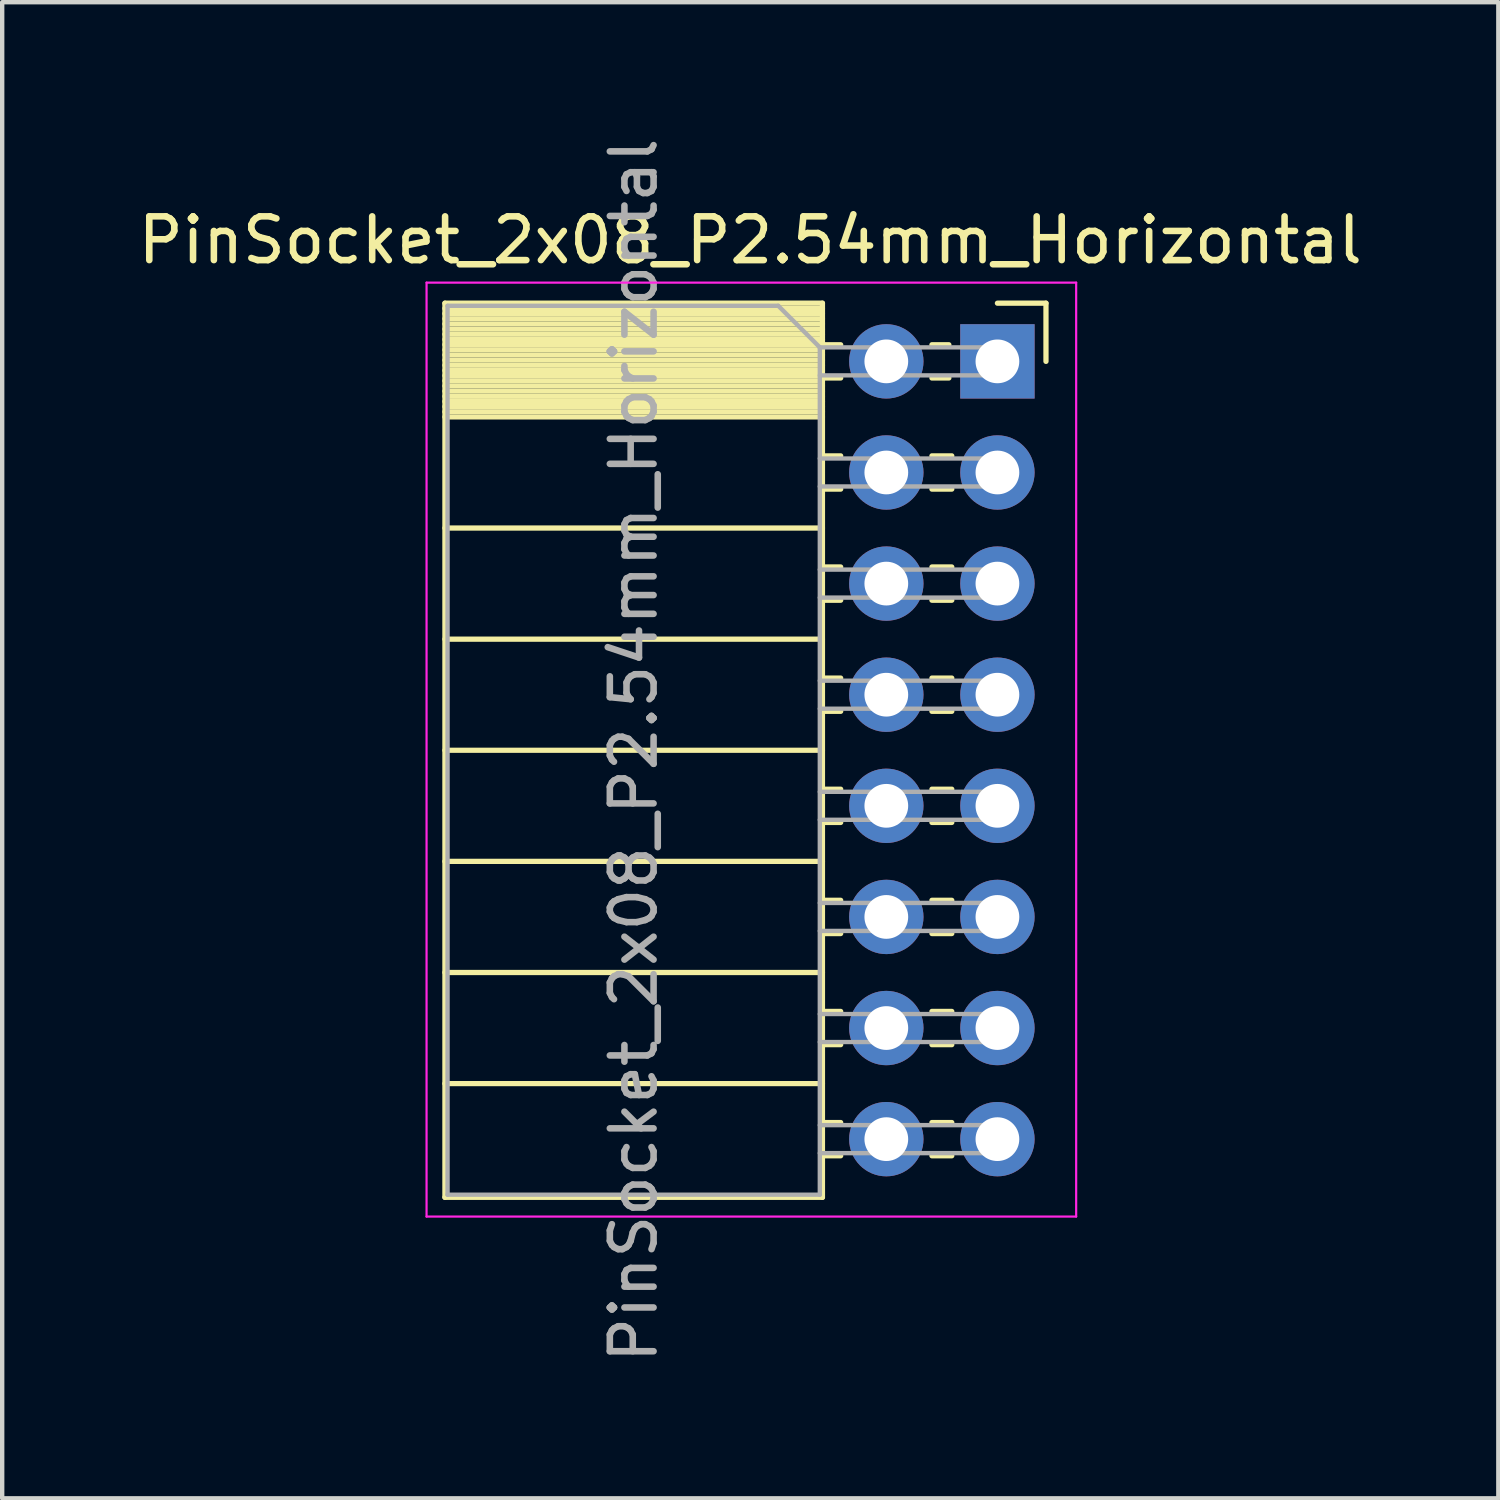
<source format=kicad_pcb>
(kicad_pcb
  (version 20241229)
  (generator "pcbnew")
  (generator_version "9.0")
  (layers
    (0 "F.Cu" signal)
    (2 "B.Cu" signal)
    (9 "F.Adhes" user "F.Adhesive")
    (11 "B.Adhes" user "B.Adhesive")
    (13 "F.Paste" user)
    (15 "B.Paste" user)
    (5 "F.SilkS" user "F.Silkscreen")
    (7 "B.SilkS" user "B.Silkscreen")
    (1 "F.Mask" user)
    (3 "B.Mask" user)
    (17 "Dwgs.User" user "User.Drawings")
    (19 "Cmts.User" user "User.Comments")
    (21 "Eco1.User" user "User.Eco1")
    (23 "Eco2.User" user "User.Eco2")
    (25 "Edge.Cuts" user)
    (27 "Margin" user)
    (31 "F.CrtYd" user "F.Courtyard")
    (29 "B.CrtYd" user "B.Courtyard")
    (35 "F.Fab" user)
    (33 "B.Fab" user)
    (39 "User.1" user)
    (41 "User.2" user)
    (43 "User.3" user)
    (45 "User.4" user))
  (footprint "PinSocket_2x08_P2.54mm_Horizontal"
    (layer "F.Cu")
    (at 19.751 5.211)
    (property "Reference" "PinSocket_2x08_P2.54mm_Horizontal" (at -5.65 -2.77 0) (layer "F.SilkS") (effects (font (size 1 1) (thickness 0.15))))
    (attr through_hole)
    (fp_line (start -12.63 -1.33) (end -12.63 19.11) (stroke (width 0.12) (type solid)) (layer "F.SilkS"))
    (fp_line (start -12.63 -1.33) (end -4 -1.33) (stroke (width 0.12) (type solid)) (layer "F.SilkS"))
    (fp_line (start -12.63 -1.21) (end -4 -1.21) (stroke (width 0.12) (type solid)) (layer "F.SilkS"))
    (fp_line (start -12.63 -1.092) (end -4 -1.092) (stroke (width 0.12) (type solid)) (layer "F.SilkS"))
    (fp_line (start -12.63 -0.974) (end -4 -0.974) (stroke (width 0.12) (type solid)) (layer "F.SilkS"))
    (fp_line (start -12.63 -0.856) (end -4 -0.856) (stroke (width 0.12) (type solid)) (layer "F.SilkS"))
    (fp_line (start -12.63 -0.738) (end -4 -0.738) (stroke (width 0.12) (type solid)) (layer "F.SilkS"))
    (fp_line (start -12.63 -0.62) (end -4 -0.62) (stroke (width 0.12) (type solid)) (layer "F.SilkS"))
    (fp_line (start -12.63 -0.501) (end -4 -0.501) (stroke (width 0.12) (type solid)) (layer "F.SilkS"))
    (fp_line (start -12.63 -0.383) (end -4 -0.383) (stroke (width 0.12) (type solid)) (layer "F.SilkS"))
    (fp_line (start -12.63 -0.265) (end -4 -0.265) (stroke (width 0.12) (type solid)) (layer "F.SilkS"))
    (fp_line (start -12.63 -0.147) (end -4 -0.147) (stroke (width 0.12) (type solid)) (layer "F.SilkS"))
    (fp_line (start -12.63 -0.029) (end -4 -0.029) (stroke (width 0.12) (type solid)) (layer "F.SilkS"))
    (fp_line (start -12.63 0.089) (end -4 0.089) (stroke (width 0.12) (type solid)) (layer "F.SilkS"))
    (fp_line (start -12.63 0.207) (end -4 0.207) (stroke (width 0.12) (type solid)) (layer "F.SilkS"))
    (fp_line (start -12.63 0.325) (end -4 0.325) (stroke (width 0.12) (type solid)) (layer "F.SilkS"))
    (fp_line (start -12.63 0.443) (end -4 0.443) (stroke (width 0.12) (type solid)) (layer "F.SilkS"))
    (fp_line (start -12.63 0.561) (end -4 0.561) (stroke (width 0.12) (type solid)) (layer "F.SilkS"))
    (fp_line (start -12.63 0.68) (end -4 0.68) (stroke (width 0.12) (type solid)) (layer "F.SilkS"))
    (fp_line (start -12.63 0.798) (end -4 0.798) (stroke (width 0.12) (type solid)) (layer "F.SilkS"))
    (fp_line (start -12.63 0.916) (end -4 0.916) (stroke (width 0.12) (type solid)) (layer "F.SilkS"))
    (fp_line (start -12.63 1.034) (end -4 1.034) (stroke (width 0.12) (type solid)) (layer "F.SilkS"))
    (fp_line (start -12.63 1.152) (end -4 1.152) (stroke (width 0.12) (type solid)) (layer "F.SilkS"))
    (fp_line (start -12.63 1.27) (end -4 1.27) (stroke (width 0.12) (type solid)) (layer "F.SilkS"))
    (fp_line (start -12.63 3.81) (end -4 3.81) (stroke (width 0.12) (type solid)) (layer "F.SilkS"))
    (fp_line (start -12.63 6.35) (end -4 6.35) (stroke (width 0.12) (type solid)) (layer "F.SilkS"))
    (fp_line (start -12.63 8.89) (end -4 8.89) (stroke (width 0.12) (type solid)) (layer "F.SilkS"))
    (fp_line (start -12.63 11.43) (end -4 11.43) (stroke (width 0.12) (type solid)) (layer "F.SilkS"))
    (fp_line (start -12.63 13.97) (end -4 13.97) (stroke (width 0.12) (type solid)) (layer "F.SilkS"))
    (fp_line (start -12.63 16.51) (end -4 16.51) (stroke (width 0.12) (type solid)) (layer "F.SilkS"))
    (fp_line (start -12.63 19.11) (end -4 19.11) (stroke (width 0.12) (type solid)) (layer "F.SilkS"))
    (fp_line (start -4 -1.33) (end -4 19.11) (stroke (width 0.12) (type solid)) (layer "F.SilkS"))
    (fp_line (start -4 -0.38) (end -3.583 -0.38) (stroke (width 0.12) (type solid)) (layer "F.SilkS"))
    (fp_line (start -4 0.38) (end -3.583 0.38) (stroke (width 0.12) (type solid)) (layer "F.SilkS"))
    (fp_line (start -4 2.16) (end -3.583 2.16) (stroke (width 0.12) (type solid)) (layer "F.SilkS"))
    (fp_line (start -4 2.92) (end -3.583 2.92) (stroke (width 0.12) (type solid)) (layer "F.SilkS"))
    (fp_line (start -4 4.7) (end -3.583 4.7) (stroke (width 0.12) (type solid)) (layer "F.SilkS"))
    (fp_line (start -4 5.46) (end -3.583 5.46) (stroke (width 0.12) (type solid)) (layer "F.SilkS"))
    (fp_line (start -4 7.24) (end -3.583 7.24) (stroke (width 0.12) (type solid)) (layer "F.SilkS"))
    (fp_line (start -4 8) (end -3.583 8) (stroke (width 0.12) (type solid)) (layer "F.SilkS"))
    (fp_line (start -4 9.78) (end -3.583 9.78) (stroke (width 0.12) (type solid)) (layer "F.SilkS"))
    (fp_line (start -4 10.54) (end -3.583 10.54) (stroke (width 0.12) (type solid)) (layer "F.SilkS"))
    (fp_line (start -4 12.32) (end -3.583 12.32) (stroke (width 0.12) (type solid)) (layer "F.SilkS"))
    (fp_line (start -4 13.08) (end -3.583 13.08) (stroke (width 0.12) (type solid)) (layer "F.SilkS"))
    (fp_line (start -4 14.86) (end -3.583 14.86) (stroke (width 0.12) (type solid)) (layer "F.SilkS"))
    (fp_line (start -4 15.62) (end -3.583 15.62) (stroke (width 0.12) (type solid)) (layer "F.SilkS"))
    (fp_line (start -4 17.4) (end -3.583 17.4) (stroke (width 0.12) (type solid)) (layer "F.SilkS"))
    (fp_line (start -4 18.16) (end -3.583 18.16) (stroke (width 0.12) (type solid)) (layer "F.SilkS"))
    (fp_line (start -1.497 -0.38) (end -1.11 -0.38) (stroke (width 0.12) (type solid)) (layer "F.SilkS"))
    (fp_line (start -1.497 0.38) (end -1.11 0.38) (stroke (width 0.12) (type solid)) (layer "F.SilkS"))
    (fp_line (start -1.497 2.16) (end -1.043 2.16) (stroke (width 0.12) (type solid)) (layer "F.SilkS"))
    (fp_line (start -1.497 2.92) (end -1.043 2.92) (stroke (width 0.12) (type solid)) (layer "F.SilkS"))
    (fp_line (start -1.497 4.7) (end -1.043 4.7) (stroke (width 0.12) (type solid)) (layer "F.SilkS"))
    (fp_line (start -1.497 5.46) (end -1.043 5.46) (stroke (width 0.12) (type solid)) (layer "F.SilkS"))
    (fp_line (start -1.497 7.24) (end -1.043 7.24) (stroke (width 0.12) (type solid)) (layer "F.SilkS"))
    (fp_line (start -1.497 8) (end -1.043 8) (stroke (width 0.12) (type solid)) (layer "F.SilkS"))
    (fp_line (start -1.497 9.78) (end -1.043 9.78) (stroke (width 0.12) (type solid)) (layer "F.SilkS"))
    (fp_line (start -1.497 10.54) (end -1.043 10.54) (stroke (width 0.12) (type solid)) (layer "F.SilkS"))
    (fp_line (start -1.497 12.32) (end -1.043 12.32) (stroke (width 0.12) (type solid)) (layer "F.SilkS"))
    (fp_line (start -1.497 13.08) (end -1.043 13.08) (stroke (width 0.12) (type solid)) (layer "F.SilkS"))
    (fp_line (start -1.497 14.86) (end -1.043 14.86) (stroke (width 0.12) (type solid)) (layer "F.SilkS"))
    (fp_line (start -1.497 15.62) (end -1.043 15.62) (stroke (width 0.12) (type solid)) (layer "F.SilkS"))
    (fp_line (start -1.497 17.4) (end -1.043 17.4) (stroke (width 0.12) (type solid)) (layer "F.SilkS"))
    (fp_line (start -1.497 18.16) (end -1.043 18.16) (stroke (width 0.12) (type solid)) (layer "F.SilkS"))
    (fp_line (start 0 -1.33) (end 1.11 -1.33) (stroke (width 0.12) (type solid)) (layer "F.SilkS"))
    (fp_line (start 1.11 -1.33) (end 1.11 0) (stroke (width 0.12) (type solid)) (layer "F.SilkS"))
    (fp_line (start -13.05 -1.8) (end -13.05 19.55) (stroke (width 0.05) (type solid)) (layer "F.CrtYd"))
    (fp_line (start -13.05 19.55) (end 1.8 19.55) (stroke (width 0.05) (type solid)) (layer "F.CrtYd"))
    (fp_line (start 1.8 -1.8) (end -13.05 -1.8) (stroke (width 0.05) (type solid)) (layer "F.CrtYd"))
    (fp_line (start 1.8 19.55) (end 1.8 -1.8) (stroke (width 0.05) (type solid)) (layer "F.CrtYd"))
    (fp_line (start -12.57 -1.27) (end -5.01 -1.27) (stroke (width 0.1) (type solid)) (layer "F.Fab"))
    (fp_line (start -12.57 19.05) (end -12.57 -1.27) (stroke (width 0.1) (type solid)) (layer "F.Fab"))
    (fp_line (start -5.01 -1.27) (end -4.06 -0.32) (stroke (width 0.1) (type solid)) (layer "F.Fab"))
    (fp_line (start -4.06 -0.32) (end -4.06 19.05) (stroke (width 0.1) (type solid)) (layer "F.Fab"))
    (fp_line (start -4.06 0.32) (end 0 0.32) (stroke (width 0.1) (type solid)) (layer "F.Fab"))
    (fp_line (start -4.06 2.86) (end 0 2.86) (stroke (width 0.1) (type solid)) (layer "F.Fab"))
    (fp_line (start -4.06 5.4) (end 0 5.4) (stroke (width 0.1) (type solid)) (layer "F.Fab"))
    (fp_line (start -4.06 7.94) (end 0 7.94) (stroke (width 0.1) (type solid)) (layer "F.Fab"))
    (fp_line (start -4.06 10.48) (end 0 10.48) (stroke (width 0.1) (type solid)) (layer "F.Fab"))
    (fp_line (start -4.06 13.02) (end 0 13.02) (stroke (width 0.1) (type solid)) (layer "F.Fab"))
    (fp_line (start -4.06 15.56) (end 0 15.56) (stroke (width 0.1) (type solid)) (layer "F.Fab"))
    (fp_line (start -4.06 18.1) (end 0 18.1) (stroke (width 0.1) (type solid)) (layer "F.Fab"))
    (fp_line (start -4.06 19.05) (end -12.57 19.05) (stroke (width 0.1) (type solid)) (layer "F.Fab"))
    (fp_line (start 0 -0.32) (end -4.06 -0.32) (stroke (width 0.1) (type solid)) (layer "F.Fab"))
    (fp_line (start 0 0.32) (end 0 -0.32) (stroke (width 0.1) (type solid)) (layer "F.Fab"))
    (fp_line (start 0 2.22) (end -4.06 2.22) (stroke (width 0.1) (type solid)) (layer "F.Fab"))
    (fp_line (start 0 2.86) (end 0 2.22) (stroke (width 0.1) (type solid)) (layer "F.Fab"))
    (fp_line (start 0 4.76) (end -4.06 4.76) (stroke (width 0.1) (type solid)) (layer "F.Fab"))
    (fp_line (start 0 5.4) (end 0 4.76) (stroke (width 0.1) (type solid)) (layer "F.Fab"))
    (fp_line (start 0 7.3) (end -4.06 7.3) (stroke (width 0.1) (type solid)) (layer "F.Fab"))
    (fp_line (start 0 7.94) (end 0 7.3) (stroke (width 0.1) (type solid)) (layer "F.Fab"))
    (fp_line (start 0 9.84) (end -4.06 9.84) (stroke (width 0.1) (type solid)) (layer "F.Fab"))
    (fp_line (start 0 10.48) (end 0 9.84) (stroke (width 0.1) (type solid)) (layer "F.Fab"))
    (fp_line (start 0 12.38) (end -4.06 12.38) (stroke (width 0.1) (type solid)) (layer "F.Fab"))
    (fp_line (start 0 13.02) (end 0 12.38) (stroke (width 0.1) (type solid)) (layer "F.Fab"))
    (fp_line (start 0 14.92) (end -4.06 14.92) (stroke (width 0.1) (type solid)) (layer "F.Fab"))
    (fp_line (start 0 15.56) (end 0 14.92) (stroke (width 0.1) (type solid)) (layer "F.Fab"))
    (fp_line (start 0 17.46) (end -4.06 17.46) (stroke (width 0.1) (type solid)) (layer "F.Fab"))
    (fp_line (start 0 18.1) (end 0 17.46) (stroke (width 0.1) (type solid)) (layer "F.Fab"))
    (fp_text user "${REFERENCE}" (at -8.315 8.89 90) (layer "F.Fab") (effects (font (size 1 1) (thickness 0.15))))
    (pad "1" thru_hole rect (at 0 0) (size 1.7 1.7) (drill 1) (layers "*.Cu" "*.Mask"))
    (pad "2" thru_hole oval (at -2.54 0) (size 1.7 1.7) (drill 1) (layers "*.Cu" "*.Mask"))
    (pad "3" thru_hole oval (at 0 2.54) (size 1.7 1.7) (drill 1) (layers "*.Cu" "*.Mask"))
    (pad "4" thru_hole oval (at -2.54 2.54) (size 1.7 1.7) (drill 1) (layers "*.Cu" "*.Mask"))
    (pad "5" thru_hole oval (at 0 5.08) (size 1.7 1.7) (drill 1) (layers "*.Cu" "*.Mask"))
    (pad "6" thru_hole oval (at -2.54 5.08) (size 1.7 1.7) (drill 1) (layers "*.Cu" "*.Mask"))
    (pad "7" thru_hole oval (at 0 7.62) (size 1.7 1.7) (drill 1) (layers "*.Cu" "*.Mask"))
    (pad "8" thru_hole oval (at -2.54 7.62) (size 1.7 1.7) (drill 1) (layers "*.Cu" "*.Mask"))
    (pad "9" thru_hole oval (at 0 10.16) (size 1.7 1.7) (drill 1) (layers "*.Cu" "*.Mask"))
    (pad "10" thru_hole oval (at -2.54 10.16) (size 1.7 1.7) (drill 1) (layers "*.Cu" "*.Mask"))
    (pad "11" thru_hole oval (at 0 12.7) (size 1.7 1.7) (drill 1) (layers "*.Cu" "*.Mask"))
    (pad "12" thru_hole oval (at -2.54 12.7) (size 1.7 1.7) (drill 1) (layers "*.Cu" "*.Mask"))
    (pad "13" thru_hole oval (at 0 15.24) (size 1.7 1.7) (drill 1) (layers "*.Cu" "*.Mask"))
    (pad "14" thru_hole oval (at -2.54 15.24) (size 1.7 1.7) (drill 1) (layers "*.Cu" "*.Mask"))
    (pad "15" thru_hole oval (at 0 17.78) (size 1.7 1.7) (drill 1) (layers "*.Cu" "*.Mask"))
    (pad "16" thru_hole oval (at -2.54 17.78) (size 1.7 1.7) (drill 1) (layers "*.Cu" "*.Mask")))
  (gr_rect
    (start -3 -3)
    (end 31.202 31.202)
    (stroke (width 0.1) (type default))
    (fill no)
    (layer "Edge.Cuts")))
</source>
